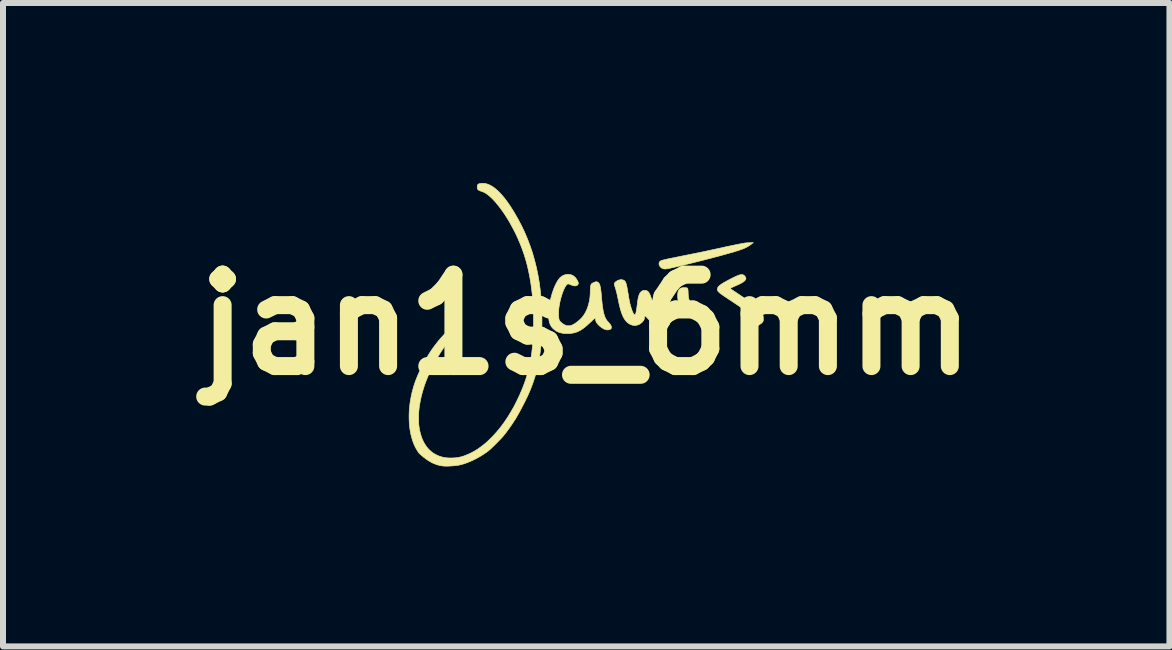
<source format=kicad_pcb>
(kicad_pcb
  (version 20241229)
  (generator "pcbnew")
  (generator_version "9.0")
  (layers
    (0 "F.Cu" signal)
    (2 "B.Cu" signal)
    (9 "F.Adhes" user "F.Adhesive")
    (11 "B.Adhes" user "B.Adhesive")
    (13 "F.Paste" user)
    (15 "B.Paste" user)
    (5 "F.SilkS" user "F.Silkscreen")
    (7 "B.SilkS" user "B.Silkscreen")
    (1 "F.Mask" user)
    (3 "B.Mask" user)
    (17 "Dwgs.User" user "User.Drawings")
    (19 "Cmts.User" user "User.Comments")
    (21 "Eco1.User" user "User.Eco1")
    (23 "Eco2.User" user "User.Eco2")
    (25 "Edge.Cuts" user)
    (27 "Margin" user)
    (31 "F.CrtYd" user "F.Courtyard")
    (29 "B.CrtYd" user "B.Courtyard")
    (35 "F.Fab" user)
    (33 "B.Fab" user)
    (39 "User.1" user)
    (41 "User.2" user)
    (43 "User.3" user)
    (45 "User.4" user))
  (footprint "jan1s_6mm"
    (layer "F.Cu")
    (at 6.72 2.362)
    (property "Reference" "jan1s_6mm" (at 0 0 0) (layer "F.SilkS") (effects (font (size 1.524 1.524) (thickness 0.3))))
    (attr through_hole)
    (fp_poly (pts (xy 1.654 -0.618) (xy 1.666 -0.617) (xy 1.676 -0.615) (xy 1.684 -0.612) (xy 1.689 -0.606) (xy 1.693 -0.598) (xy 1.695 -0.586) (xy 1.697 -0.571) (xy 1.698 -0.551) (xy 1.699 -0.53) (xy 1.7 -0.503) (xy 1.702 -0.481) (xy 1.704 -0.462) (xy 1.706 -0.446) (xy 1.709 -0.433) (xy 1.713 -0.421) (xy 1.717 -0.411) (xy 1.728 -0.394) (xy 1.742 -0.379) (xy 1.762 -0.363) (xy 1.786 -0.348) (xy 1.794 -0.344) (xy 1.814 -0.333) (xy 1.83 -0.324) (xy 1.843 -0.316) (xy 1.853 -0.309) (xy 1.861 -0.302) (xy 1.868 -0.294) (xy 1.879 -0.279) (xy 1.885 -0.263) (xy 1.886 -0.247) (xy 1.886 -0.246) (xy 1.882 -0.234) (xy 1.876 -0.225) (xy 1.866 -0.217) (xy 1.851 -0.212) (xy 1.836 -0.209) (xy 1.825 -0.208) (xy 1.811 -0.207) (xy 1.795 -0.206) (xy 1.78 -0.205) (xy 1.767 -0.205) (xy 1.757 -0.205) (xy 1.754 -0.205) (xy 1.718 -0.211) (xy 1.685 -0.221) (xy 1.655 -0.235) (xy 1.628 -0.253) (xy 1.602 -0.275) (xy 1.595 -0.283) (xy 1.573 -0.309) (xy 1.556 -0.338) (xy 1.542 -0.37) (xy 1.533 -0.399) (xy 1.529 -0.417) (xy 1.526 -0.439) (xy 1.525 -0.463) (xy 1.524 -0.487) (xy 1.525 -0.509) (xy 1.526 -0.529) (xy 1.528 -0.537) (xy 1.534 -0.56) (xy 1.543 -0.579) (xy 1.554 -0.593) (xy 1.561 -0.6) (xy 1.572 -0.607) (xy 1.583 -0.612) (xy 1.596 -0.615) (xy 1.611 -0.617) (xy 1.631 -0.618) (xy 1.638 -0.618) (xy 1.654 -0.618)) (stroke (width 0.01) (type solid)) (fill yes) (layer "F.SilkS"))
    (fp_poly (pts (xy 2.758 -1.348) (xy 2.74 -1.334) (xy 2.721 -1.321) (xy 2.703 -1.309) (xy 2.684 -1.298) (xy 2.664 -1.287) (xy 2.642 -1.277) (xy 2.618 -1.267) (xy 2.592 -1.257) (xy 2.563 -1.247) (xy 2.531 -1.236) (xy 2.495 -1.225) (xy 2.455 -1.212) (xy 2.411 -1.2) (xy 2.376 -1.19) (xy 2.336 -1.179) (xy 2.293 -1.167) (xy 2.247 -1.154) (xy 2.199 -1.141) (xy 2.148 -1.128) (xy 2.096 -1.114) (xy 2.043 -1.1) (xy 1.988 -1.086) (xy 1.934 -1.072) (xy 1.879 -1.058) (xy 1.825 -1.045) (xy 1.771 -1.031) (xy 1.719 -1.018) (xy 1.668 -1.006) (xy 1.619 -0.994) (xy 1.573 -0.982) (xy 1.53 -0.972) (xy 1.489 -0.963) (xy 1.453 -0.954) (xy 1.42 -0.947) (xy 1.392 -0.941) (xy 1.378 -0.938) (xy 1.352 -0.933) (xy 1.331 -0.93) (xy 1.313 -0.929) (xy 1.298 -0.93) (xy 1.286 -0.932) (xy 1.285 -0.932) (xy 1.262 -0.942) (xy 1.244 -0.955) (xy 1.229 -0.971) (xy 1.219 -0.991) (xy 1.215 -1) (xy 1.213 -1.017) (xy 1.215 -1.033) (xy 1.222 -1.048) (xy 1.234 -1.06) (xy 1.249 -1.069) (xy 1.256 -1.071) (xy 1.267 -1.075) (xy 1.281 -1.078) (xy 1.3 -1.083) (xy 1.322 -1.088) (xy 1.349 -1.094) (xy 1.379 -1.101) (xy 1.415 -1.108) (xy 1.455 -1.116) (xy 1.499 -1.125) (xy 1.548 -1.135) (xy 1.603 -1.146) (xy 1.642 -1.154) (xy 1.791 -1.184) (xy 1.94 -1.214) (xy 2.091 -1.247) (xy 2.245 -1.28) (xy 2.275 -1.287) (xy 2.342 -1.302) (xy 2.405 -1.315) (xy 2.462 -1.327) (xy 2.515 -1.338) (xy 2.563 -1.347) (xy 2.605 -1.355) (xy 2.611 -1.356) (xy 2.632 -1.36) (xy 2.649 -1.362) (xy 2.663 -1.364) (xy 2.677 -1.365) (xy 2.693 -1.366) (xy 2.71 -1.367) (xy 2.727 -1.367) (xy 2.785 -1.368) (xy 2.758 -1.348)) (stroke (width 0.01) (type solid)) (fill yes) (layer "F.SilkS"))
    (fp_poly (pts (xy 2.607 -0.834) (xy 2.612 -0.833) (xy 2.623 -0.828) (xy 2.635 -0.819) (xy 2.645 -0.807) (xy 2.654 -0.795) (xy 2.66 -0.783) (xy 2.662 -0.772) (xy 2.659 -0.759) (xy 2.652 -0.745) (xy 2.639 -0.731) (xy 2.622 -0.716) (xy 2.615 -0.712) (xy 2.601 -0.703) (xy 2.584 -0.693) (xy 2.562 -0.682) (xy 2.536 -0.669) (xy 2.505 -0.655) (xy 2.469 -0.64) (xy 2.461 -0.636) (xy 2.441 -0.627) (xy 2.424 -0.62) (xy 2.412 -0.614) (xy 2.404 -0.61) (xy 2.399 -0.607) (xy 2.398 -0.605) (xy 2.398 -0.604) (xy 2.401 -0.602) (xy 2.407 -0.598) (xy 2.418 -0.591) (xy 2.431 -0.581) (xy 2.448 -0.57) (xy 2.467 -0.557) (xy 2.489 -0.543) (xy 2.512 -0.527) (xy 2.537 -0.51) (xy 2.559 -0.496) (xy 2.601 -0.467) (xy 2.64 -0.441) (xy 2.675 -0.418) (xy 2.706 -0.397) (xy 2.734 -0.378) (xy 2.758 -0.361) (xy 2.78 -0.346) (xy 2.799 -0.332) (xy 2.816 -0.32) (xy 2.831 -0.309) (xy 2.844 -0.298) (xy 2.856 -0.289) (xy 2.866 -0.281) (xy 2.875 -0.272) (xy 2.884 -0.264) (xy 2.891 -0.258) (xy 2.909 -0.239) (xy 2.922 -0.221) (xy 2.933 -0.202) (xy 2.94 -0.181) (xy 2.946 -0.156) (xy 2.946 -0.156) (xy 2.949 -0.139) (xy 2.951 -0.122) (xy 2.952 -0.105) (xy 2.952 -0.089) (xy 2.952 -0.076) (xy 2.95 -0.067) (xy 2.945 -0.053) (xy 2.935 -0.039) (xy 2.92 -0.025) (xy 2.912 -0.019) (xy 2.894 -0.006) (xy 2.878 0.004) (xy 2.865 0.01) (xy 2.851 0.014) (xy 2.837 0.015) (xy 2.835 0.015) (xy 2.824 0.015) (xy 2.814 0.014) (xy 2.804 0.012) (xy 2.791 0.008) (xy 2.79 0.008) (xy 2.765 -0.001) (xy 2.746 -0.01) (xy 2.731 -0.019) (xy 2.721 -0.028) (xy 2.716 -0.036) (xy 2.716 -0.042) (xy 2.719 -0.05) (xy 2.726 -0.059) (xy 2.737 -0.069) (xy 2.747 -0.077) (xy 2.759 -0.087) (xy 2.768 -0.095) (xy 2.773 -0.102) (xy 2.775 -0.108) (xy 2.775 -0.111) (xy 2.773 -0.119) (xy 2.767 -0.129) (xy 2.758 -0.141) (xy 2.745 -0.156) (xy 2.73 -0.171) (xy 2.712 -0.187) (xy 2.692 -0.204) (xy 2.688 -0.208) (xy 2.676 -0.217) (xy 2.664 -0.227) (xy 2.652 -0.236) (xy 2.64 -0.246) (xy 2.626 -0.255) (xy 2.611 -0.266) (xy 2.595 -0.278) (xy 2.577 -0.29) (xy 2.557 -0.304) (xy 2.535 -0.319) (xy 2.51 -0.336) (xy 2.482 -0.354) (xy 2.451 -0.375) (xy 2.417 -0.398) (xy 2.378 -0.423) (xy 2.336 -0.452) (xy 2.334 -0.453) (xy 2.303 -0.473) (xy 2.277 -0.491) (xy 2.255 -0.507) (xy 2.236 -0.521) (xy 2.221 -0.533) (xy 2.209 -0.544) (xy 2.2 -0.553) (xy 2.194 -0.562) (xy 2.19 -0.569) (xy 2.189 -0.571) (xy 2.186 -0.585) (xy 2.187 -0.601) (xy 2.192 -0.617) (xy 2.198 -0.628) (xy 2.206 -0.638) (xy 2.217 -0.649) (xy 2.231 -0.66) (xy 2.247 -0.673) (xy 2.268 -0.686) (xy 2.291 -0.701) (xy 2.319 -0.716) (xy 2.351 -0.734) (xy 2.387 -0.753) (xy 2.422 -0.771) (xy 2.456 -0.788) (xy 2.485 -0.802) (xy 2.51 -0.813) (xy 2.532 -0.822) (xy 2.551 -0.829) (xy 2.568 -0.833) (xy 2.583 -0.835) (xy 2.595 -0.836) (xy 2.607 -0.834)) (stroke (width 0.01) (type solid)) (fill yes) (layer "F.SilkS"))
    (fp_poly (pts (xy 0.599 -0.75) (xy 0.618 -0.744) (xy 0.635 -0.736) (xy 0.647 -0.724) (xy 0.651 -0.718) (xy 0.656 -0.71) (xy 0.66 -0.699) (xy 0.665 -0.686) (xy 0.669 -0.67) (xy 0.674 -0.65) (xy 0.679 -0.627) (xy 0.684 -0.6) (xy 0.689 -0.568) (xy 0.696 -0.532) (xy 0.7 -0.506) (xy 0.704 -0.484) (xy 0.707 -0.461) (xy 0.711 -0.44) (xy 0.715 -0.42) (xy 0.718 -0.404) (xy 0.72 -0.391) (xy 0.721 -0.387) (xy 0.73 -0.348) (xy 0.74 -0.311) (xy 0.75 -0.277) (xy 0.76 -0.247) (xy 0.77 -0.221) (xy 0.779 -0.201) (xy 0.787 -0.186) (xy 0.794 -0.176) (xy 0.8 -0.17) (xy 0.807 -0.167) (xy 0.814 -0.166) (xy 0.814 -0.166) (xy 0.818 -0.169) (xy 0.822 -0.177) (xy 0.826 -0.19) (xy 0.83 -0.208) (xy 0.835 -0.23) (xy 0.839 -0.256) (xy 0.844 -0.286) (xy 0.848 -0.321) (xy 0.851 -0.343) (xy 0.855 -0.382) (xy 0.861 -0.416) (xy 0.866 -0.445) (xy 0.872 -0.471) (xy 0.879 -0.492) (xy 0.887 -0.511) (xy 0.895 -0.527) (xy 0.905 -0.54) (xy 0.914 -0.55) (xy 0.929 -0.561) (xy 0.943 -0.568) (xy 0.96 -0.572) (xy 0.978 -0.572) (xy 0.992 -0.572) (xy 1.004 -0.569) (xy 1.016 -0.564) (xy 1.026 -0.557) (xy 1.036 -0.547) (xy 1.046 -0.534) (xy 1.055 -0.517) (xy 1.065 -0.496) (xy 1.074 -0.472) (xy 1.085 -0.442) (xy 1.094 -0.415) (xy 1.102 -0.391) (xy 1.111 -0.366) (xy 1.12 -0.341) (xy 1.129 -0.316) (xy 1.138 -0.293) (xy 1.146 -0.272) (xy 1.154 -0.255) (xy 1.16 -0.241) (xy 1.161 -0.239) (xy 1.173 -0.219) (xy 1.189 -0.197) (xy 1.208 -0.176) (xy 1.229 -0.154) (xy 1.251 -0.134) (xy 1.26 -0.127) (xy 1.283 -0.11) (xy 1.304 -0.097) (xy 1.327 -0.086) (xy 1.34 -0.081) (xy 1.356 -0.074) (xy 1.367 -0.068) (xy 1.374 -0.063) (xy 1.38 -0.056) (xy 1.382 -0.052) (xy 1.385 -0.042) (xy 1.386 -0.028) (xy 1.386 -0.015) (xy 1.384 -0.005) (xy 1.377 0.009) (xy 1.367 0.02) (xy 1.354 0.027) (xy 1.352 0.028) (xy 1.336 0.032) (xy 1.316 0.035) (xy 1.293 0.036) (xy 1.27 0.036) (xy 1.246 0.035) (xy 1.234 0.034) (xy 1.214 0.03) (xy 1.191 0.024) (xy 1.169 0.015) (xy 1.149 0.006) (xy 1.143 0.002) (xy 1.12 -0.013) (xy 1.098 -0.03) (xy 1.075 -0.051) (xy 1.059 -0.069) (xy 1.04 -0.089) (xy 1.024 -0.106) (xy 1.012 -0.119) (xy 1.001 -0.129) (xy 0.993 -0.137) (xy 0.987 -0.142) (xy 0.983 -0.144) (xy 0.979 -0.145) (xy 0.977 -0.144) (xy 0.976 -0.144) (xy 0.975 -0.14) (xy 0.973 -0.133) (xy 0.972 -0.123) (xy 0.971 -0.118) (xy 0.969 -0.101) (xy 0.964 -0.086) (xy 0.957 -0.072) (xy 0.946 -0.058) (xy 0.933 -0.043) (xy 0.913 -0.026) (xy 0.892 -0.011) (xy 0.869 -0.000111) (xy 0.857 0.004) (xy 0.834 0.01) (xy 0.81 0.012) (xy 0.785 0.01) (xy 0.765 0.006) (xy 0.738 -0.004) (xy 0.714 -0.017) (xy 0.691 -0.033) (xy 0.67 -0.052) (xy 0.651 -0.075) (xy 0.633 -0.101) (xy 0.616 -0.132) (xy 0.601 -0.167) (xy 0.586 -0.206) (xy 0.572 -0.251) (xy 0.561 -0.292) (xy 0.558 -0.305) (xy 0.554 -0.322) (xy 0.549 -0.342) (xy 0.544 -0.364) (xy 0.539 -0.387) (xy 0.535 -0.411) (xy 0.533 -0.418) (xy 0.525 -0.456) (xy 0.518 -0.49) (xy 0.511 -0.52) (xy 0.504 -0.547) (xy 0.498 -0.572) (xy 0.491 -0.595) (xy 0.485 -0.617) (xy 0.481 -0.626) (xy 0.475 -0.646) (xy 0.471 -0.663) (xy 0.469 -0.676) (xy 0.469 -0.687) (xy 0.472 -0.696) (xy 0.478 -0.704) (xy 0.487 -0.712) (xy 0.493 -0.717) (xy 0.513 -0.731) (xy 0.535 -0.742) (xy 0.557 -0.748) (xy 0.579 -0.751) (xy 0.599 -0.75)) (stroke (width 0.01) (type solid)) (fill yes) (layer "F.SilkS"))
    (fp_poly (pts (xy -0.28 -0.838) (xy -0.253 -0.833) (xy -0.228 -0.823) (xy -0.206 -0.809) (xy -0.191 -0.797) (xy -0.178 -0.782) (xy -0.164 -0.764) (xy -0.152 -0.745) (xy -0.142 -0.726) (xy -0.134 -0.709) (xy -0.133 -0.702) (xy -0.131 -0.688) (xy -0.135 -0.675) (xy -0.143 -0.664) (xy -0.154 -0.655) (xy -0.158 -0.653) (xy -0.175 -0.648) (xy -0.193 -0.647) (xy -0.212 -0.65) (xy -0.234 -0.656) (xy -0.258 -0.666) (xy -0.259 -0.667) (xy -0.277 -0.674) (xy -0.291 -0.679) (xy -0.302 -0.68) (xy -0.312 -0.677) (xy -0.321 -0.672) (xy -0.33 -0.662) (xy -0.333 -0.658) (xy -0.347 -0.637) (xy -0.362 -0.611) (xy -0.376 -0.58) (xy -0.39 -0.546) (xy -0.403 -0.508) (xy -0.416 -0.466) (xy -0.428 -0.423) (xy -0.438 -0.381) (xy -0.445 -0.343) (xy -0.451 -0.308) (xy -0.456 -0.276) (xy -0.459 -0.244) (xy -0.46 -0.212) (xy -0.46 -0.177) (xy -0.46 -0.169) (xy -0.459 -0.143) (xy -0.458 -0.122) (xy -0.456 -0.104) (xy -0.453 -0.09) (xy -0.449 -0.078) (xy -0.443 -0.067) (xy -0.436 -0.057) (xy -0.427 -0.047) (xy -0.418 -0.039) (xy -0.395 -0.02) (xy -0.371 -0.004) (xy -0.347 0.008) (xy -0.341 0.01) (xy -0.33 0.014) (xy -0.32 0.016) (xy -0.308 0.017) (xy -0.295 0.017) (xy -0.281 0.017) (xy -0.27 0.016) (xy -0.26 0.014) (xy -0.249 0.01) (xy -0.246 0.009) (xy -0.224 0.000217) (xy -0.203 -0.011) (xy -0.18 -0.025) (xy -0.156 -0.043) (xy -0.13 -0.064) (xy -0.108 -0.083) (xy -0.075 -0.116) (xy -0.046 -0.152) (xy -0.02 -0.193) (xy 0.003 -0.237) (xy 0.023 -0.286) (xy 0.039 -0.339) (xy 0.051 -0.388) (xy 0.056 -0.413) (xy 0.06 -0.44) (xy 0.063 -0.468) (xy 0.065 -0.498) (xy 0.067 -0.533) (xy 0.067 -0.554) (xy 0.068 -0.583) (xy 0.069 -0.607) (xy 0.071 -0.627) (xy 0.073 -0.643) (xy 0.075 -0.656) (xy 0.079 -0.666) (xy 0.083 -0.674) (xy 0.088 -0.681) (xy 0.094 -0.687) (xy 0.098 -0.689) (xy 0.109 -0.696) (xy 0.123 -0.703) (xy 0.138 -0.709) (xy 0.152 -0.714) (xy 0.16 -0.716) (xy 0.176 -0.716) (xy 0.191 -0.711) (xy 0.204 -0.701) (xy 0.215 -0.687) (xy 0.22 -0.679) (xy 0.225 -0.667) (xy 0.229 -0.653) (xy 0.233 -0.637) (xy 0.237 -0.619) (xy 0.241 -0.597) (xy 0.244 -0.571) (xy 0.248 -0.542) (xy 0.251 -0.508) (xy 0.255 -0.47) (xy 0.255 -0.46) (xy 0.26 -0.407) (xy 0.265 -0.358) (xy 0.27 -0.314) (xy 0.276 -0.274) (xy 0.282 -0.238) (xy 0.289 -0.206) (xy 0.296 -0.177) (xy 0.304 -0.151) (xy 0.313 -0.127) (xy 0.323 -0.107) (xy 0.333 -0.088) (xy 0.337 -0.082) (xy 0.342 -0.074) (xy 0.35 -0.064) (xy 0.36 -0.053) (xy 0.37 -0.041) (xy 0.373 -0.039) (xy 0.39 -0.02) (xy 0.402 -0.003) (xy 0.411 0.012) (xy 0.417 0.025) (xy 0.42 0.038) (xy 0.42 0.039) (xy 0.419 0.053) (xy 0.415 0.065) (xy 0.406 0.073) (xy 0.4 0.077) (xy 0.388 0.081) (xy 0.374 0.084) (xy 0.358 0.086) (xy 0.345 0.086) (xy 0.342 0.086) (xy 0.319 0.08) (xy 0.295 0.071) (xy 0.271 0.057) (xy 0.247 0.041) (xy 0.223 0.022) (xy 0.202 0.001) (xy 0.187 -0.016) (xy 0.176 -0.031) (xy 0.167 -0.044) (xy 0.162 -0.057) (xy 0.158 -0.071) (xy 0.156 -0.084) (xy 0.154 -0.095) (xy 0.153 -0.103) (xy 0.151 -0.109) (xy 0.151 -0.11) (xy 0.15 -0.11) (xy 0.148 -0.11) (xy 0.145 -0.109) (xy 0.141 -0.106) (xy 0.135 -0.101) (xy 0.128 -0.095) (xy 0.118 -0.087) (xy 0.106 -0.076) (xy 0.092 -0.062) (xy 0.074 -0.045) (xy 0.053 -0.026) (xy 0.037 -0.011) (xy 0.002 0.02) (xy -0.032 0.048) (xy -0.066 0.073) (xy -0.096 0.092) (xy -0.118 0.104) (xy -0.139 0.114) (xy -0.161 0.123) (xy -0.184 0.13) (xy -0.211 0.137) (xy -0.237 0.142) (xy -0.252 0.144) (xy -0.271 0.146) (xy -0.292 0.147) (xy -0.314 0.147) (xy -0.336 0.147) (xy -0.357 0.147) (xy -0.374 0.145) (xy -0.385 0.144) (xy -0.426 0.135) (xy -0.464 0.123) (xy -0.498 0.106) (xy -0.528 0.085) (xy -0.553 0.064) (xy -0.572 0.043) (xy -0.587 0.021) (xy -0.6 -0.003) (xy -0.61 -0.029) (xy -0.618 -0.058) (xy -0.623 -0.091) (xy -0.626 -0.127) (xy -0.627 -0.167) (xy -0.626 -0.188) (xy -0.624 -0.235) (xy -0.619 -0.283) (xy -0.612 -0.332) (xy -0.603 -0.381) (xy -0.593 -0.43) (xy -0.58 -0.478) (xy -0.567 -0.524) (xy -0.552 -0.569) (xy -0.536 -0.612) (xy -0.519 -0.652) (xy -0.501 -0.689) (xy -0.482 -0.723) (xy -0.463 -0.752) (xy -0.443 -0.776) (xy -0.434 -0.786) (xy -0.412 -0.805) (xy -0.388 -0.819) (xy -0.362 -0.83) (xy -0.335 -0.837) (xy -0.307 -0.84) (xy -0.28 -0.838)) (stroke (width 0.01) (type solid)) (fill yes) (layer "F.SilkS"))
    (fp_poly (pts (xy -1.696 -2.355) (xy -1.675 -2.352) (xy -1.664 -2.349) (xy -1.629 -2.338) (xy -1.593 -2.321) (xy -1.557 -2.3) (xy -1.52 -2.273) (xy -1.483 -2.241) (xy -1.444 -2.204) (xy -1.406 -2.162) (xy -1.366 -2.115) (xy -1.326 -2.063) (xy -1.285 -2.005) (xy -1.244 -1.943) (xy -1.202 -1.875) (xy -1.2 -1.872) (xy -1.138 -1.764) (xy -1.08 -1.654) (xy -1.027 -1.543) (xy -0.979 -1.43) (xy -0.935 -1.314) (xy -0.895 -1.196) (xy -0.861 -1.076) (xy -0.83 -0.953) (xy -0.804 -0.828) (xy -0.782 -0.7) (xy -0.765 -0.569) (xy -0.751 -0.435) (xy -0.748 -0.384) (xy -0.744 -0.325) (xy -0.741 -0.261) (xy -0.739 -0.195) (xy -0.738 -0.126) (xy -0.738 -0.056) (xy -0.738 0.015) (xy -0.74 0.085) (xy -0.742 0.152) (xy -0.745 0.218) (xy -0.746 0.243) (xy -0.755 0.357) (xy -0.768 0.466) (xy -0.784 0.573) (xy -0.804 0.678) (xy -0.829 0.78) (xy -0.858 0.88) (xy -0.891 0.979) (xy -0.928 1.076) (xy -0.957 1.144) (xy -0.971 1.177) (xy -0.989 1.213) (xy -1.008 1.252) (xy -1.028 1.294) (xy -1.05 1.336) (xy -1.072 1.379) (xy -1.095 1.421) (xy -1.117 1.462) (xy -1.139 1.501) (xy -1.159 1.536) (xy -1.159 1.537) (xy -1.179 1.57) (xy -1.202 1.605) (xy -1.226 1.643) (xy -1.253 1.682) (xy -1.28 1.721) (xy -1.308 1.759) (xy -1.335 1.796) (xy -1.362 1.83) (xy -1.386 1.86) (xy -1.387 1.861) (xy -1.396 1.871) (xy -1.408 1.884) (xy -1.422 1.9) (xy -1.439 1.917) (xy -1.458 1.936) (xy -1.477 1.956) (xy -1.497 1.976) (xy -1.518 1.997) (xy -1.538 2.017) (xy -1.557 2.035) (xy -1.575 2.053) (xy -1.591 2.068) (xy -1.605 2.08) (xy -1.616 2.09) (xy -1.621 2.094) (xy -1.661 2.125) (xy -1.705 2.155) (xy -1.751 2.184) (xy -1.798 2.212) (xy -1.847 2.238) (xy -1.896 2.262) (xy -1.944 2.283) (xy -1.992 2.302) (xy -2.038 2.318) (xy -2.083 2.331) (xy -2.124 2.34) (xy -2.138 2.343) (xy -2.164 2.346) (xy -2.193 2.35) (xy -2.223 2.352) (xy -2.254 2.354) (xy -2.285 2.356) (xy -2.314 2.357) (xy -2.341 2.357) (xy -2.365 2.356) (xy -2.383 2.355) (xy -2.43 2.348) (xy -2.476 2.337) (xy -2.521 2.321) (xy -2.566 2.302) (xy -2.611 2.277) (xy -2.656 2.248) (xy -2.702 2.214) (xy -2.747 2.176) (xy -2.762 2.164) (xy -2.773 2.153) (xy -2.783 2.143) (xy -2.791 2.134) (xy -2.798 2.124) (xy -2.807 2.111) (xy -2.809 2.108) (xy -2.837 2.062) (xy -2.863 2.011) (xy -2.885 1.956) (xy -2.904 1.898) (xy -2.92 1.837) (xy -2.933 1.773) (xy -2.943 1.706) (xy -2.949 1.638) (xy -2.952 1.567) (xy -2.952 1.495) (xy -2.949 1.422) (xy -2.942 1.348) (xy -2.932 1.273) (xy -2.918 1.198) (xy -2.904 1.133) (xy -2.89 1.08) (xy -2.876 1.029) (xy -2.86 0.98) (xy -2.843 0.932) (xy -2.824 0.883) (xy -2.803 0.834) (xy -2.78 0.782) (xy -2.753 0.727) (xy -2.742 0.705) (xy -2.705 0.633) (xy -2.668 0.566) (xy -2.63 0.502) (xy -2.591 0.441) (xy -2.551 0.383) (xy -2.508 0.326) (xy -2.464 0.27) (xy -2.416 0.214) (xy -2.364 0.158) (xy -2.36 0.154) (xy -2.336 0.129) (xy -2.315 0.108) (xy -2.297 0.091) (xy -2.282 0.079) (xy -2.27 0.071) (xy -2.261 0.067) (xy -2.256 0.068) (xy -2.252 0.072) (xy -2.249 0.08) (xy -2.247 0.09) (xy -2.246 0.095) (xy -2.245 0.109) (xy -2.239 0.12) (xy -2.231 0.129) (xy -2.226 0.135) (xy -2.223 0.14) (xy -2.223 0.145) (xy -2.224 0.146) (xy -2.226 0.155) (xy -2.232 0.168) (xy -2.242 0.185) (xy -2.253 0.205) (xy -2.268 0.229) (xy -2.285 0.255) (xy -2.305 0.285) (xy -2.327 0.317) (xy -2.348 0.346) (xy -2.363 0.368) (xy -2.376 0.386) (xy -2.387 0.402) (xy -2.397 0.417) (xy -2.406 0.43) (xy -2.415 0.443) (xy -2.424 0.457) (xy -2.434 0.473) (xy -2.445 0.491) (xy -2.498 0.579) (xy -2.547 0.669) (xy -2.592 0.759) (xy -2.633 0.849) (xy -2.67 0.94) (xy -2.702 1.03) (xy -2.729 1.119) (xy -2.752 1.208) (xy -2.77 1.296) (xy -2.781 1.36) (xy -2.784 1.384) (xy -2.786 1.405) (xy -2.788 1.424) (xy -2.79 1.442) (xy -2.791 1.46) (xy -2.792 1.48) (xy -2.792 1.501) (xy -2.793 1.526) (xy -2.793 1.555) (xy -2.793 1.556) (xy -2.793 1.584) (xy -2.792 1.607) (xy -2.792 1.626) (xy -2.792 1.643) (xy -2.791 1.657) (xy -2.79 1.67) (xy -2.788 1.681) (xy -2.788 1.687) (xy -2.778 1.751) (xy -2.764 1.811) (xy -2.747 1.867) (xy -2.727 1.919) (xy -2.703 1.967) (xy -2.676 2.011) (xy -2.646 2.052) (xy -2.612 2.088) (xy -2.576 2.12) (xy -2.536 2.148) (xy -2.493 2.171) (xy -2.447 2.191) (xy -2.428 2.197) (xy -2.399 2.205) (xy -2.371 2.212) (xy -2.343 2.216) (xy -2.313 2.219) (xy -2.28 2.221) (xy -2.254 2.221) (xy -2.215 2.22) (xy -2.18 2.218) (xy -2.146 2.214) (xy -2.114 2.208) (xy -2.08 2.2) (xy -2.044 2.189) (xy -2.039 2.187) (xy -1.979 2.164) (xy -1.919 2.137) (xy -1.859 2.104) (xy -1.8 2.067) (xy -1.741 2.024) (xy -1.683 1.978) (xy -1.625 1.926) (xy -1.569 1.871) (xy -1.514 1.811) (xy -1.459 1.747) (xy -1.406 1.68) (xy -1.355 1.609) (xy -1.305 1.534) (xy -1.257 1.455) (xy -1.21 1.374) (xy -1.166 1.289) (xy -1.124 1.201) (xy -1.114 1.18) (xy -1.08 1.102) (xy -1.049 1.026) (xy -1.021 0.949) (xy -0.996 0.874) (xy -0.974 0.797) (xy -0.954 0.72) (xy -0.937 0.641) (xy -0.922 0.56) (xy -0.909 0.476) (xy -0.899 0.389) (xy -0.89 0.298) (xy -0.884 0.204) (xy -0.883 0.185) (xy -0.882 0.162) (xy -0.881 0.136) (xy -0.881 0.106) (xy -0.88 0.073) (xy -0.88 0.039) (xy -0.879 0.004) (xy -0.879 -0.032) (xy -0.879 -0.068) (xy -0.879 -0.102) (xy -0.879 -0.135) (xy -0.879 -0.165) (xy -0.88 -0.193) (xy -0.88 -0.216) (xy -0.881 -0.226) (xy -0.887 -0.345) (xy -0.895 -0.459) (xy -0.907 -0.569) (xy -0.921 -0.676) (xy -0.938 -0.779) (xy -0.958 -0.88) (xy -0.98 -0.979) (xy -1.006 -1.075) (xy -1.035 -1.17) (xy -1.068 -1.263) (xy -1.08 -1.296) (xy -1.107 -1.363) (xy -1.135 -1.429) (xy -1.165 -1.495) (xy -1.197 -1.56) (xy -1.231 -1.624) (xy -1.265 -1.687) (xy -1.301 -1.748) (xy -1.337 -1.806) (xy -1.374 -1.862) (xy -1.412 -1.916) (xy -1.449 -1.966) (xy -1.487 -2.013) (xy -1.524 -2.057) (xy -1.561 -2.096) (xy -1.598 -2.131) (xy -1.633 -2.161) (xy -1.644 -2.169) (xy -1.669 -2.187) (xy -1.692 -2.201) (xy -1.715 -2.212) (xy -1.739 -2.221) (xy -1.743 -2.222) (xy -1.763 -2.229) (xy -1.778 -2.235) (xy -1.79 -2.241) (xy -1.799 -2.247) (xy -1.805 -2.253) (xy -1.809 -2.259) (xy -1.813 -2.266) (xy -1.815 -2.272) (xy -1.816 -2.279) (xy -1.816 -2.289) (xy -1.816 -2.297) (xy -1.816 -2.313) (xy -1.813 -2.325) (xy -1.809 -2.334) (xy -1.802 -2.341) (xy -1.794 -2.346) (xy -1.78 -2.351) (xy -1.762 -2.355) (xy -1.741 -2.357) (xy -1.719 -2.357) (xy -1.696 -2.355)) (stroke (width 0.01) (type solid)) (fill yes) (layer "F.SilkS")))
  (gr_rect
    (start -3 -3)
    (end 16.44 7.723)
    (stroke (width 0.1) (type default))
    (fill no)
    (layer "Edge.Cuts")))
</source>
